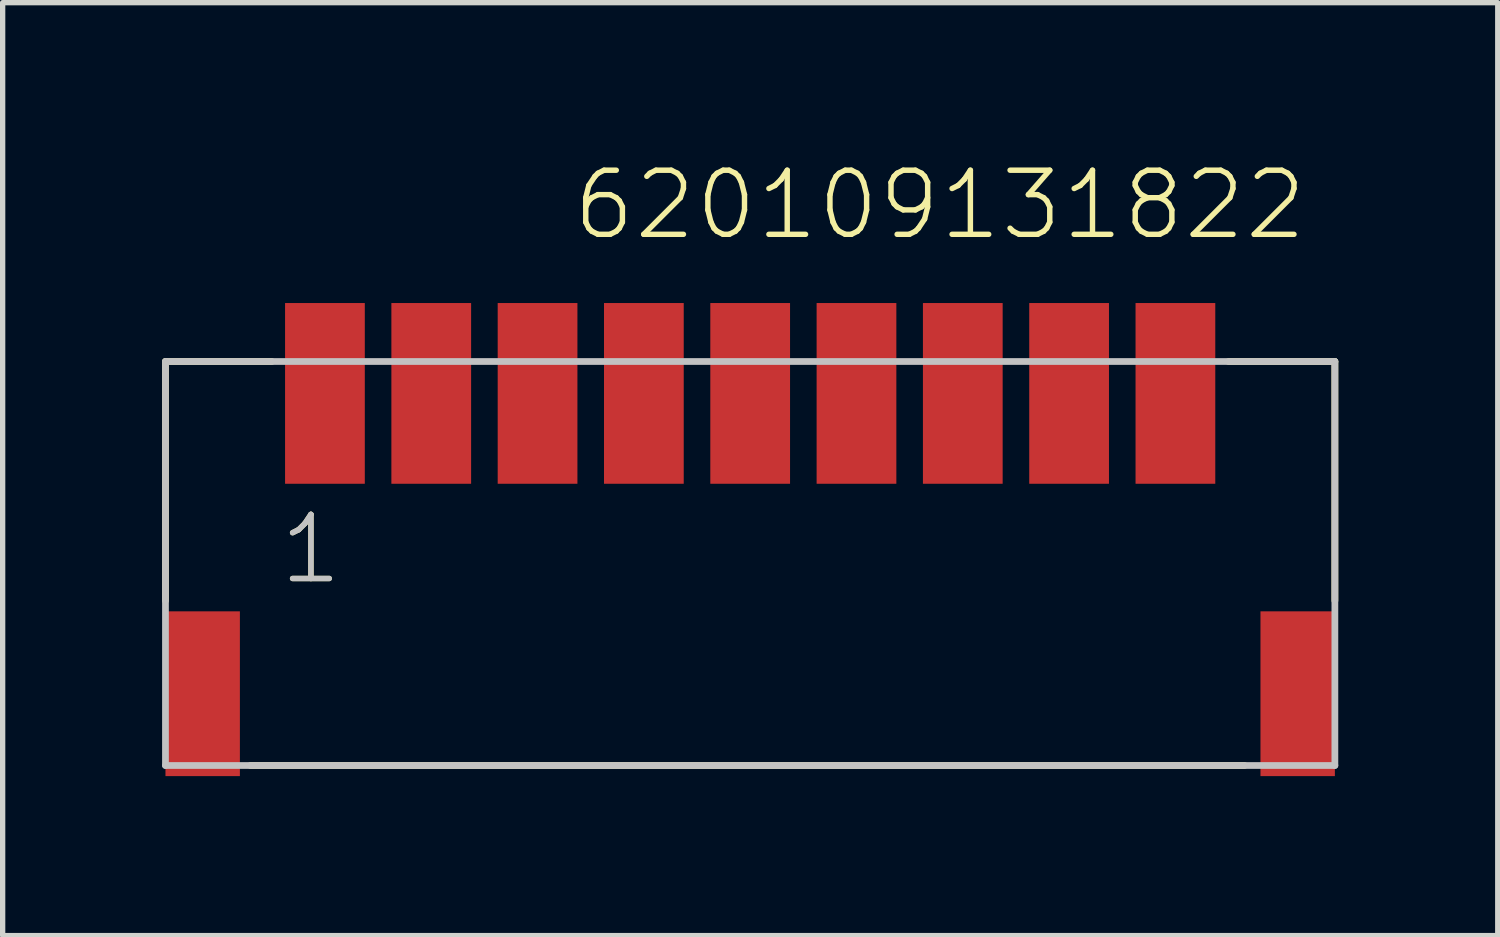
<source format=kicad_pcb>
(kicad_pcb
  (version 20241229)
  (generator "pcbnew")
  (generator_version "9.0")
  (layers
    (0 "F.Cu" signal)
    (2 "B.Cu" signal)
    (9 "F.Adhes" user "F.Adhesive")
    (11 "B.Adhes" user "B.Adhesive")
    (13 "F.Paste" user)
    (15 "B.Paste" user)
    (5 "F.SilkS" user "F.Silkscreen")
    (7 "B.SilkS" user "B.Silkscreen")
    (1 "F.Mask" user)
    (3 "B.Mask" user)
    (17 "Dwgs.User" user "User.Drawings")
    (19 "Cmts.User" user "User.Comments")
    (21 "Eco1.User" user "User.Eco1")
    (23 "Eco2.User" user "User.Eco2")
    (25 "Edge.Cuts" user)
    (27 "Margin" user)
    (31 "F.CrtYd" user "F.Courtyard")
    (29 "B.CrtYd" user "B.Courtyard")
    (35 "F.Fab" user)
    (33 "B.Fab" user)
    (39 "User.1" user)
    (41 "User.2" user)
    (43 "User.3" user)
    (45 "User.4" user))
  (footprint "620109131822"
    (layer "F.Cu")
    (at 11.063 4.351)
    (property "Reference" "620109131822" (at -3.39 -2.84 0) (layer "F.SilkS") (effects (font (size 1.206 1.206) (thickness 0.102)) (justify left bottom)))
    (attr through_hole)
    (fp_line (start -11 -0.6) (end -11 3.9) (stroke (width 0.127) (type solid)) (layer "F.SilkS"))
    (fp_line (start -9.4 7) (end 9.3 7) (stroke (width 0.127) (type solid)) (layer "F.SilkS"))
    (fp_line (start -9 -0.6) (end -11 -0.6) (stroke (width 0.127) (type solid)) (layer "F.SilkS"))
    (fp_line (start 9 -0.6) (end 11 -0.6) (stroke (width 0.127) (type solid)) (layer "F.SilkS"))
    (fp_line (start 11 -0.6) (end 11 3.9) (stroke (width 0.127) (type solid)) (layer "F.SilkS"))
    (fp_line (start -11 -0.6) (end 11 -0.6) (stroke (width 0.127) (type solid)) (layer "Dwgs.User"))
    (fp_line (start -11 7) (end -11 -0.6) (stroke (width 0.127) (type solid)) (layer "Dwgs.User"))
    (fp_line (start 11 -0.6) (end 11 7) (stroke (width 0.127) (type solid)) (layer "Dwgs.User"))
    (fp_line (start 11 7) (end -11 7) (stroke (width 0.127) (type solid)) (layer "Dwgs.User"))
    (fp_text user "1" (at -8.905 3.635 0) (layer "F.SilkS") (effects (font (size 1.206 1.206) (thickness 0.102)) (justify left bottom)))
    (fp_text user "1" (at -8.905 3.635 0) (layer "Dwgs.User") (effects (font (size 1.206 1.206) (thickness 0.102)) (justify left bottom)))
    (pad "1" smd rect (at -8 0 180) (size 1.5 3.4) (layers "F.Cu" "F.Mask" "F.Paste"))
    (pad "2" smd rect (at -6 0 180) (size 1.5 3.4) (layers "F.Cu" "F.Mask" "F.Paste"))
    (pad "3" smd rect (at -4 0 180) (size 1.5 3.4) (layers "F.Cu" "F.Mask" "F.Paste"))
    (pad "4" smd rect (at -2 0 180) (size 1.5 3.4) (layers "F.Cu" "F.Mask" "F.Paste"))
    (pad "5" smd rect (at 0 0 180) (size 1.5 3.4) (layers "F.Cu" "F.Mask" "F.Paste"))
    (pad "6" smd rect (at 2 0 180) (size 1.5 3.4) (layers "F.Cu" "F.Mask" "F.Paste"))
    (pad "7" smd rect (at 4 0 180) (size 1.5 3.4) (layers "F.Cu" "F.Mask" "F.Paste"))
    (pad "8" smd rect (at 6 0 180) (size 1.5 3.4) (layers "F.Cu" "F.Mask" "F.Paste"))
    (pad "9" smd rect (at 8 0 180) (size 1.5 3.4) (layers "F.Cu" "F.Mask" "F.Paste"))
    (pad "Z1" smd rect (at -10.3 5.65 180) (size 1.4 3.1) (layers "F.Cu" "F.Mask" "F.Paste"))
    (pad "Z2" smd rect (at 10.3 5.65 180) (size 1.4 3.1) (layers "F.Cu" "F.Mask" "F.Paste")))
  (gr_rect
    (start -3 -3)
    (end 25.127 14.551)
    (stroke (width 0.1) (type default))
    (fill no)
    (layer "Edge.Cuts")))
</source>
